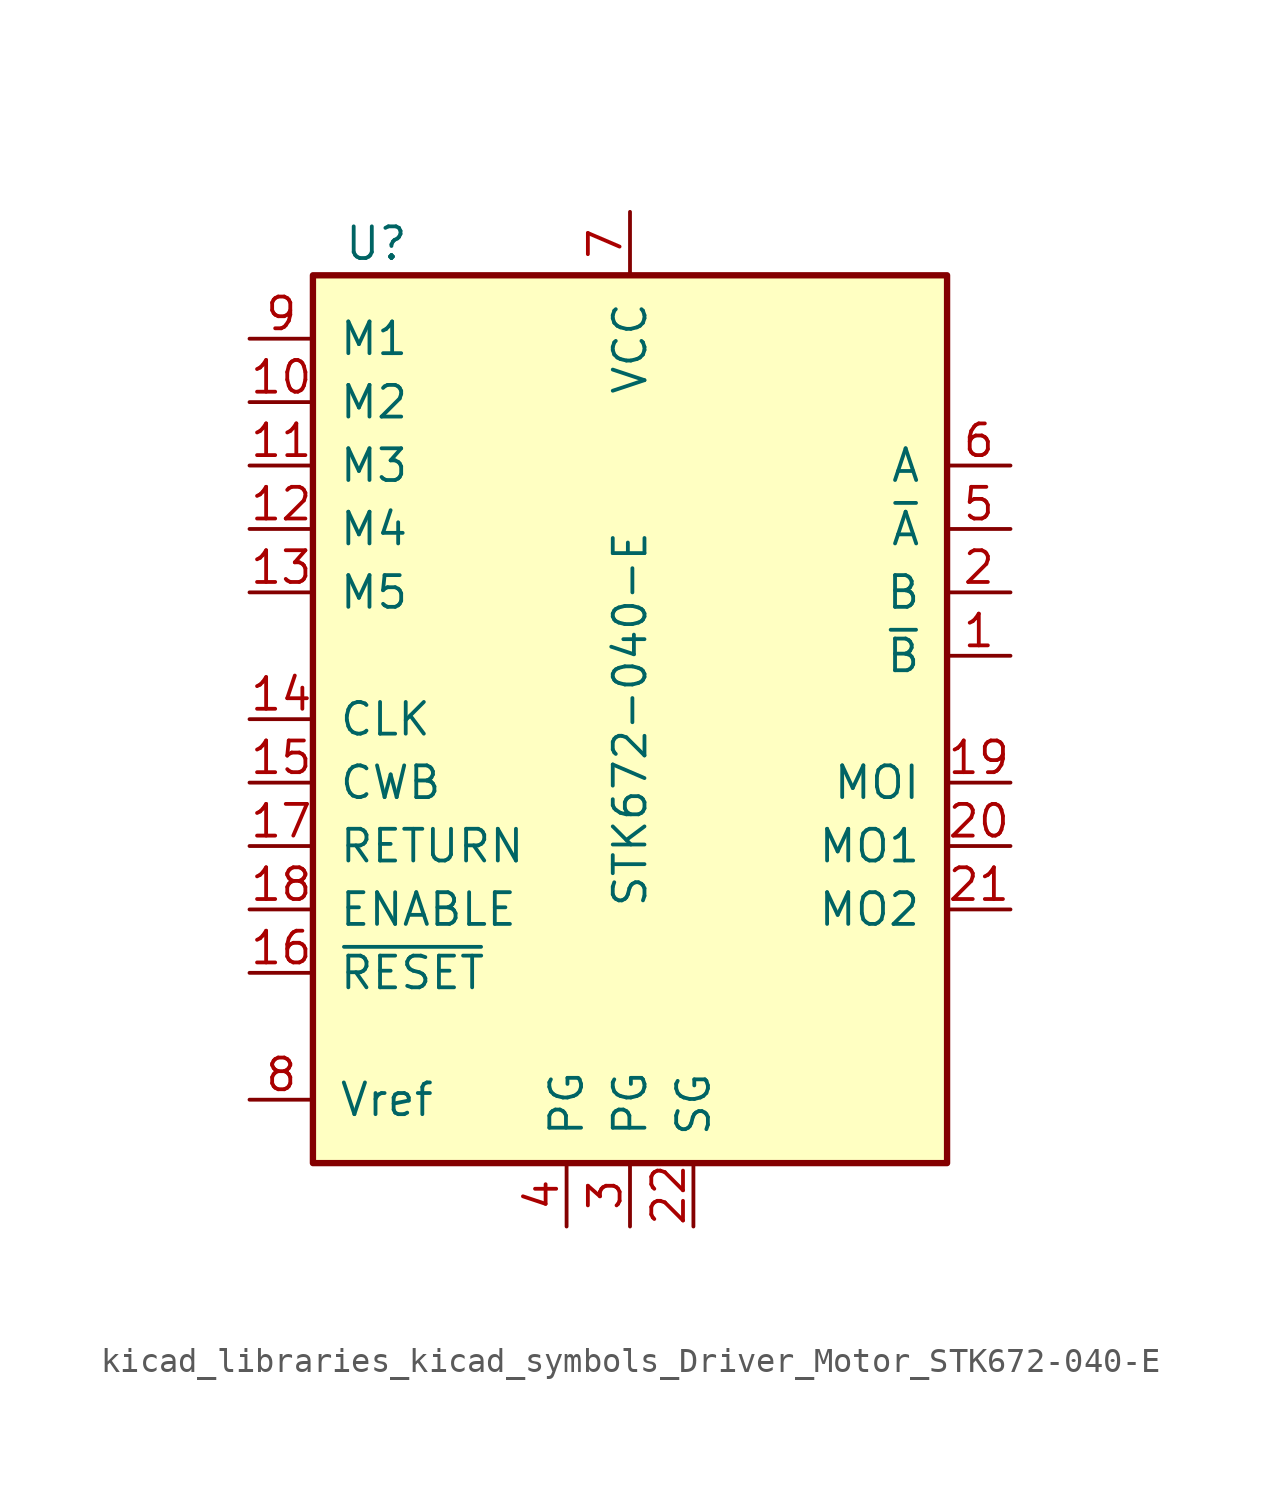
<source format=kicad_sym>
(kicad_symbol_lib
  (version 20220914)
  (generator kicad_symbol_editor)
  (symbol "kicad_libraries_kicad_symbols_Driver_Motor_STK672-040-E"
    (pin_names
      (offset 1.016))
    (property "Reference" "U"
      (at -10.16 19.05 0)
      (effects (font (size 1.27 1.27))))
    (property "Value" "STK672-040-E"
      (at 0 0 90)
      (effects (font (size 1.27 1.27))))
    (symbol "kicad_libraries_kicad_symbols_Driver_Motor_STK672-040-E_0_1"
      (rectangle (start -12.7 17.78) (end 12.7 -17.78) (stroke (width 0.254) (type default)) (fill (type background))))
    (symbol "kicad_libraries_kicad_symbols_Driver_Motor_STK672-040-E_1_1"
      (pin output line (at 15.24 2.54 180) (length 2.54) (name "~{B}" (effects (font (size 1.27 1.27)))) (number "1" (effects (font (size 1.27 1.27)))))
      (pin input line (at -15.24 12.7 0) (length 2.54) (name "M2" (effects (font (size 1.27 1.27)))) (number "10" (effects (font (size 1.27 1.27)))))
      (pin input line (at -15.24 10.16 0) (length 2.54) (name "M3" (effects (font (size 1.27 1.27)))) (number "11" (effects (font (size 1.27 1.27)))))
      (pin input line (at -15.24 7.62 0) (length 2.54) (name "M4" (effects (font (size 1.27 1.27)))) (number "12" (effects (font (size 1.27 1.27)))))
      (pin input line (at -15.24 5.08 0) (length 2.54) (name "M5" (effects (font (size 1.27 1.27)))) (number "13" (effects (font (size 1.27 1.27)))))
      (pin input line (at -15.24 0 0) (length 2.54) (name "CLK" (effects (font (size 1.27 1.27)))) (number "14" (effects (font (size 1.27 1.27)))))
      (pin input line (at -15.24 -2.54 0) (length 2.54) (name "CWB" (effects (font (size 1.27 1.27)))) (number "15" (effects (font (size 1.27 1.27)))))
      (pin input line (at -15.24 -10.16 0) (length 2.54) (name "~{RESET}" (effects (font (size 1.27 1.27)))) (number "16" (effects (font (size 1.27 1.27)))))
      (pin input line (at -15.24 -5.08 0) (length 2.54) (name "RETURN" (effects (font (size 1.27 1.27)))) (number "17" (effects (font (size 1.27 1.27)))))
      (pin input line (at -15.24 -7.62 0) (length 2.54) (name "ENABLE" (effects (font (size 1.27 1.27)))) (number "18" (effects (font (size 1.27 1.27)))))
      (pin output line (at 15.24 -2.54 180) (length 2.54) (name "MOI" (effects (font (size 1.27 1.27)))) (number "19" (effects (font (size 1.27 1.27)))))
      (pin output line (at 15.24 5.08 180) (length 2.54) (name "B" (effects (font (size 1.27 1.27)))) (number "2" (effects (font (size 1.27 1.27)))))
      (pin output line (at 15.24 -5.08 180) (length 2.54) (name "MO1" (effects (font (size 1.27 1.27)))) (number "20" (effects (font (size 1.27 1.27)))))
      (pin output line (at 15.24 -7.62 180) (length 2.54) (name "MO2" (effects (font (size 1.27 1.27)))) (number "21" (effects (font (size 1.27 1.27)))))
      (pin power_in line (at 2.54 -20.32 90) (length 2.54) (name "SG" (effects (font (size 1.27 1.27)))) (number "22" (effects (font (size 1.27 1.27)))))
      (pin power_in line (at 0 -20.32 90) (length 2.54) (name "PG" (effects (font (size 1.27 1.27)))) (number "3" (effects (font (size 1.27 1.27)))))
      (pin power_in line (at -2.54 -20.32 90) (length 2.54) (name "PG" (effects (font (size 1.27 1.27)))) (number "4" (effects (font (size 1.27 1.27)))))
      (pin output line (at 15.24 7.62 180) (length 2.54) (name "~{A}" (effects (font (size 1.27 1.27)))) (number "5" (effects (font (size 1.27 1.27)))))
      (pin output line (at 15.24 10.16 180) (length 2.54) (name "A" (effects (font (size 1.27 1.27)))) (number "6" (effects (font (size 1.27 1.27)))))
      (pin power_in line (at 0 20.32 270) (length 2.54) (name "VCC" (effects (font (size 1.27 1.27)))) (number "7" (effects (font (size 1.27 1.27)))))
      (pin input line (at -15.24 -15.24 0) (length 2.54) (name "Vref" (effects (font (size 1.27 1.27)))) (number "8" (effects (font (size 1.27 1.27)))))
      (pin input line (at -15.24 15.24 0) (length 2.54) (name "M1" (effects (font (size 1.27 1.27)))) (number "9" (effects (font (size 1.27 1.27))))))))
</source>
